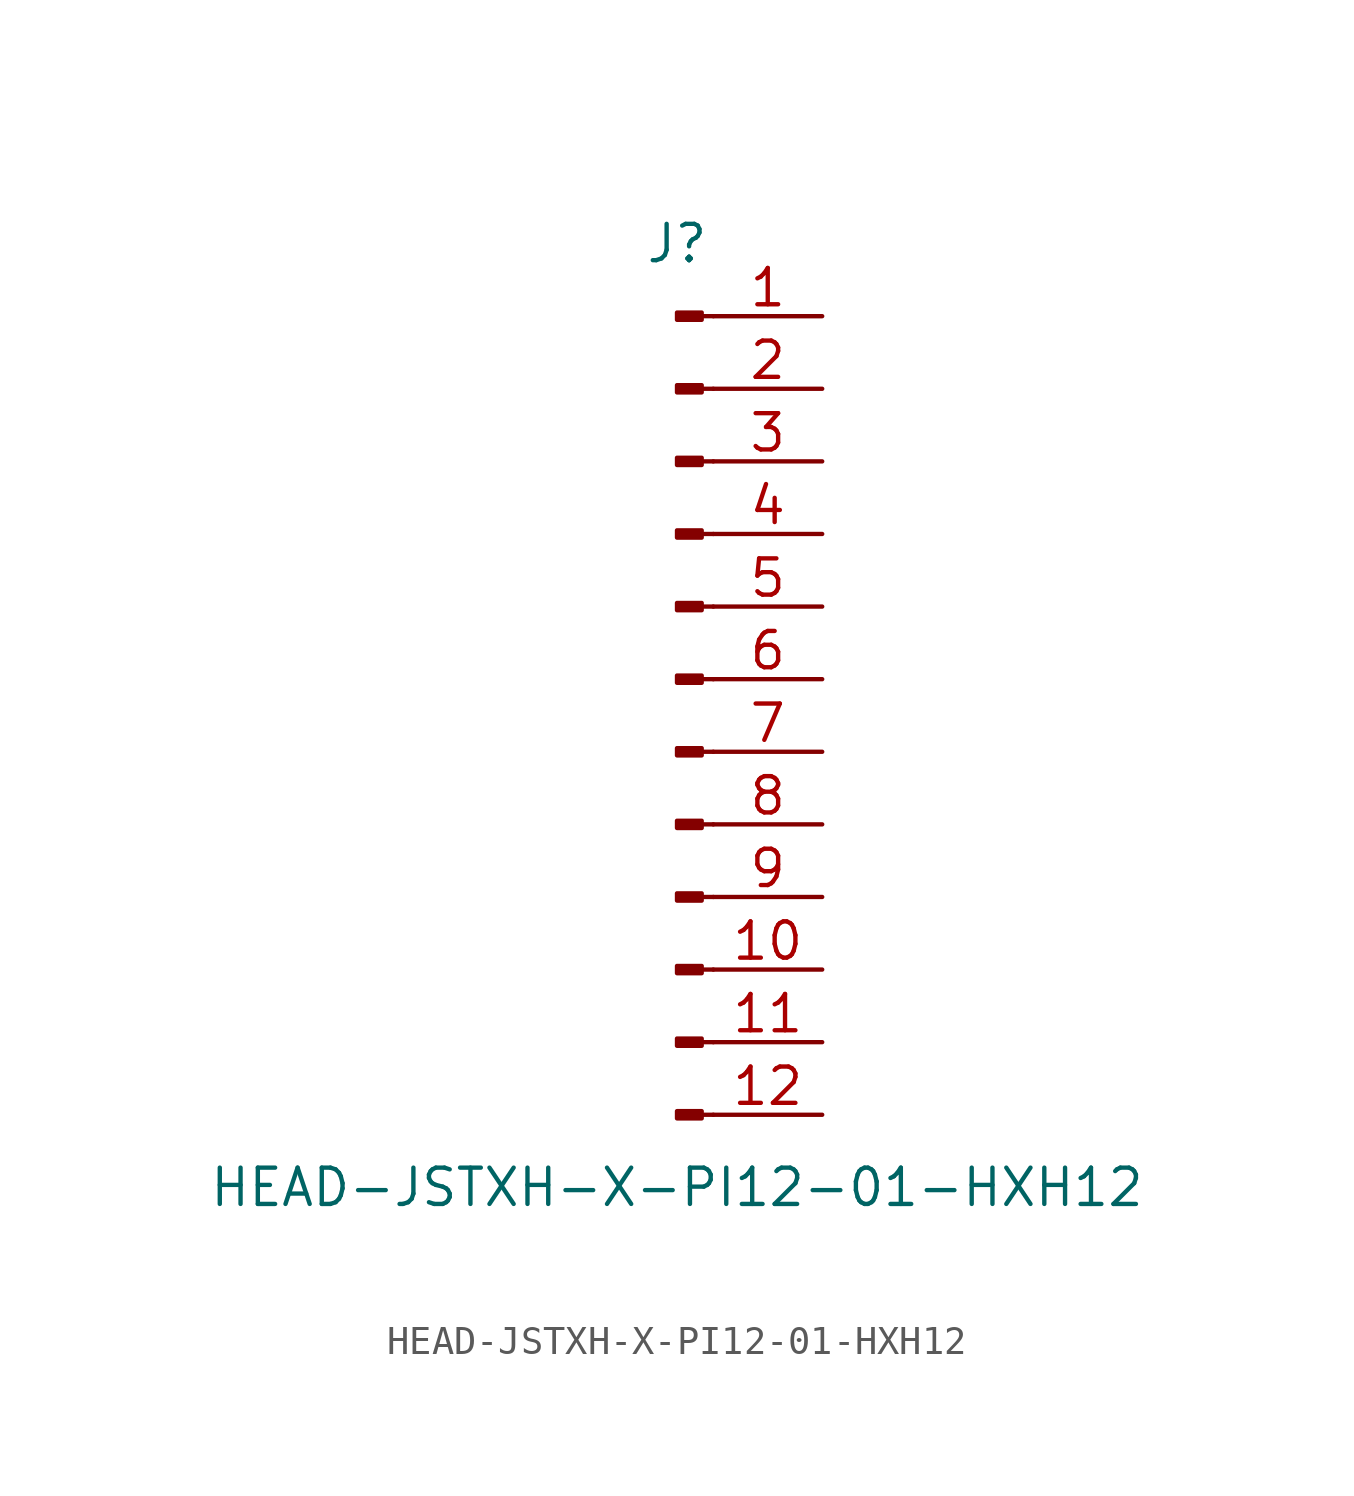
<source format=kicad_sym>
(kicad_symbol_lib
  (version 20211014)
  (generator kicad_symbol_editor)
  (symbol "HEAD-JSTXH-X-PI12-01-HXH12"
    (pin_names
      (offset 1.016) hide)
    (property "Reference" "J"
      (at 0 15.24 0)
      (effects (font (size 1.27 1.27))))
    (property "Value" "HEAD-JSTXH-X-PI12-01-HXH12"
      (at 0 -17.78 0)
      (effects (font (size 1.27 1.27))))
    (symbol "HEAD-JSTXH-X-PI12-01-HXH12_1_1"
      (polyline (pts (xy 1.27 -15.24) (xy 0.864 -15.24)) (stroke (width 0.152) (type default) (color 0 0 0 0)) (fill (type none)))
      (polyline (pts (xy 1.27 -12.7) (xy 0.864 -12.7)) (stroke (width 0.152) (type default) (color 0 0 0 0)) (fill (type none)))
      (polyline (pts (xy 1.27 -10.16) (xy 0.864 -10.16)) (stroke (width 0.152) (type default) (color 0 0 0 0)) (fill (type none)))
      (polyline (pts (xy 1.27 -7.62) (xy 0.864 -7.62)) (stroke (width 0.152) (type default) (color 0 0 0 0)) (fill (type none)))
      (polyline (pts (xy 1.27 -5.08) (xy 0.864 -5.08)) (stroke (width 0.152) (type default) (color 0 0 0 0)) (fill (type none)))
      (polyline (pts (xy 1.27 -2.54) (xy 0.864 -2.54)) (stroke (width 0.152) (type default) (color 0 0 0 0)) (fill (type none)))
      (polyline (pts (xy 1.27 0) (xy 0.864 0)) (stroke (width 0.152) (type default) (color 0 0 0 0)) (fill (type none)))
      (polyline (pts (xy 1.27 2.54) (xy 0.864 2.54)) (stroke (width 0.152) (type default) (color 0 0 0 0)) (fill (type none)))
      (polyline (pts (xy 1.27 5.08) (xy 0.864 5.08)) (stroke (width 0.152) (type default) (color 0 0 0 0)) (fill (type none)))
      (polyline (pts (xy 1.27 7.62) (xy 0.864 7.62)) (stroke (width 0.152) (type default) (color 0 0 0 0)) (fill (type none)))
      (polyline (pts (xy 1.27 10.16) (xy 0.864 10.16)) (stroke (width 0.152) (type default) (color 0 0 0 0)) (fill (type none)))
      (polyline (pts (xy 1.27 12.7) (xy 0.864 12.7)) (stroke (width 0.152) (type default) (color 0 0 0 0)) (fill (type none)))
      (rectangle (start 0.864 -15.113) (end 0 -15.367) (stroke (width 0.152) (type default) (color 0 0 0 0)) (fill (type outline)))
      (rectangle (start 0.864 -12.573) (end 0 -12.827) (stroke (width 0.152) (type default) (color 0 0 0 0)) (fill (type outline)))
      (rectangle (start 0.864 -10.033) (end 0 -10.287) (stroke (width 0.152) (type default) (color 0 0 0 0)) (fill (type outline)))
      (rectangle (start 0.864 -7.493) (end 0 -7.747) (stroke (width 0.152) (type default) (color 0 0 0 0)) (fill (type outline)))
      (rectangle (start 0.864 -4.953) (end 0 -5.207) (stroke (width 0.152) (type default) (color 0 0 0 0)) (fill (type outline)))
      (rectangle (start 0.864 -2.413) (end 0 -2.667) (stroke (width 0.152) (type default) (color 0 0 0 0)) (fill (type outline)))
      (rectangle (start 0.864 0.127) (end 0 -0.127) (stroke (width 0.152) (type default) (color 0 0 0 0)) (fill (type outline)))
      (rectangle (start 0.864 2.667) (end 0 2.413) (stroke (width 0.152) (type default) (color 0 0 0 0)) (fill (type outline)))
      (rectangle (start 0.864 5.207) (end 0 4.953) (stroke (width 0.152) (type default) (color 0 0 0 0)) (fill (type outline)))
      (rectangle (start 0.864 7.747) (end 0 7.493) (stroke (width 0.152) (type default) (color 0 0 0 0)) (fill (type outline)))
      (rectangle (start 0.864 10.287) (end 0 10.033) (stroke (width 0.152) (type default) (color 0 0 0 0)) (fill (type outline)))
      (rectangle (start 0.864 12.827) (end 0 12.573) (stroke (width 0.152) (type default) (color 0 0 0 0)) (fill (type outline)))
      (pin passive line (at 5.08 12.7 180) (length 3.81) (name "Pin_1" (effects (font (size 1.27 1.27)))) (number "1" (effects (font (size 1.27 1.27)))))
      (pin passive line (at 5.08 -10.16 180) (length 3.81) (name "Pin_10" (effects (font (size 1.27 1.27)))) (number "10" (effects (font (size 1.27 1.27)))))
      (pin passive line (at 5.08 -12.7 180) (length 3.81) (name "Pin_11" (effects (font (size 1.27 1.27)))) (number "11" (effects (font (size 1.27 1.27)))))
      (pin passive line (at 5.08 -15.24 180) (length 3.81) (name "Pin_12" (effects (font (size 1.27 1.27)))) (number "12" (effects (font (size 1.27 1.27)))))
      (pin passive line (at 5.08 10.16 180) (length 3.81) (name "Pin_2" (effects (font (size 1.27 1.27)))) (number "2" (effects (font (size 1.27 1.27)))))
      (pin passive line (at 5.08 7.62 180) (length 3.81) (name "Pin_3" (effects (font (size 1.27 1.27)))) (number "3" (effects (font (size 1.27 1.27)))))
      (pin passive line (at 5.08 5.08 180) (length 3.81) (name "Pin_4" (effects (font (size 1.27 1.27)))) (number "4" (effects (font (size 1.27 1.27)))))
      (pin passive line (at 5.08 2.54 180) (length 3.81) (name "Pin_5" (effects (font (size 1.27 1.27)))) (number "5" (effects (font (size 1.27 1.27)))))
      (pin passive line (at 5.08 0 180) (length 3.81) (name "Pin_6" (effects (font (size 1.27 1.27)))) (number "6" (effects (font (size 1.27 1.27)))))
      (pin passive line (at 5.08 -2.54 180) (length 3.81) (name "Pin_7" (effects (font (size 1.27 1.27)))) (number "7" (effects (font (size 1.27 1.27)))))
      (pin passive line (at 5.08 -5.08 180) (length 3.81) (name "Pin_8" (effects (font (size 1.27 1.27)))) (number "8" (effects (font (size 1.27 1.27)))))
      (pin passive line (at 5.08 -7.62 180) (length 3.81) (name "Pin_9" (effects (font (size 1.27 1.27)))) (number "9" (effects (font (size 1.27 1.27))))))))
</source>
